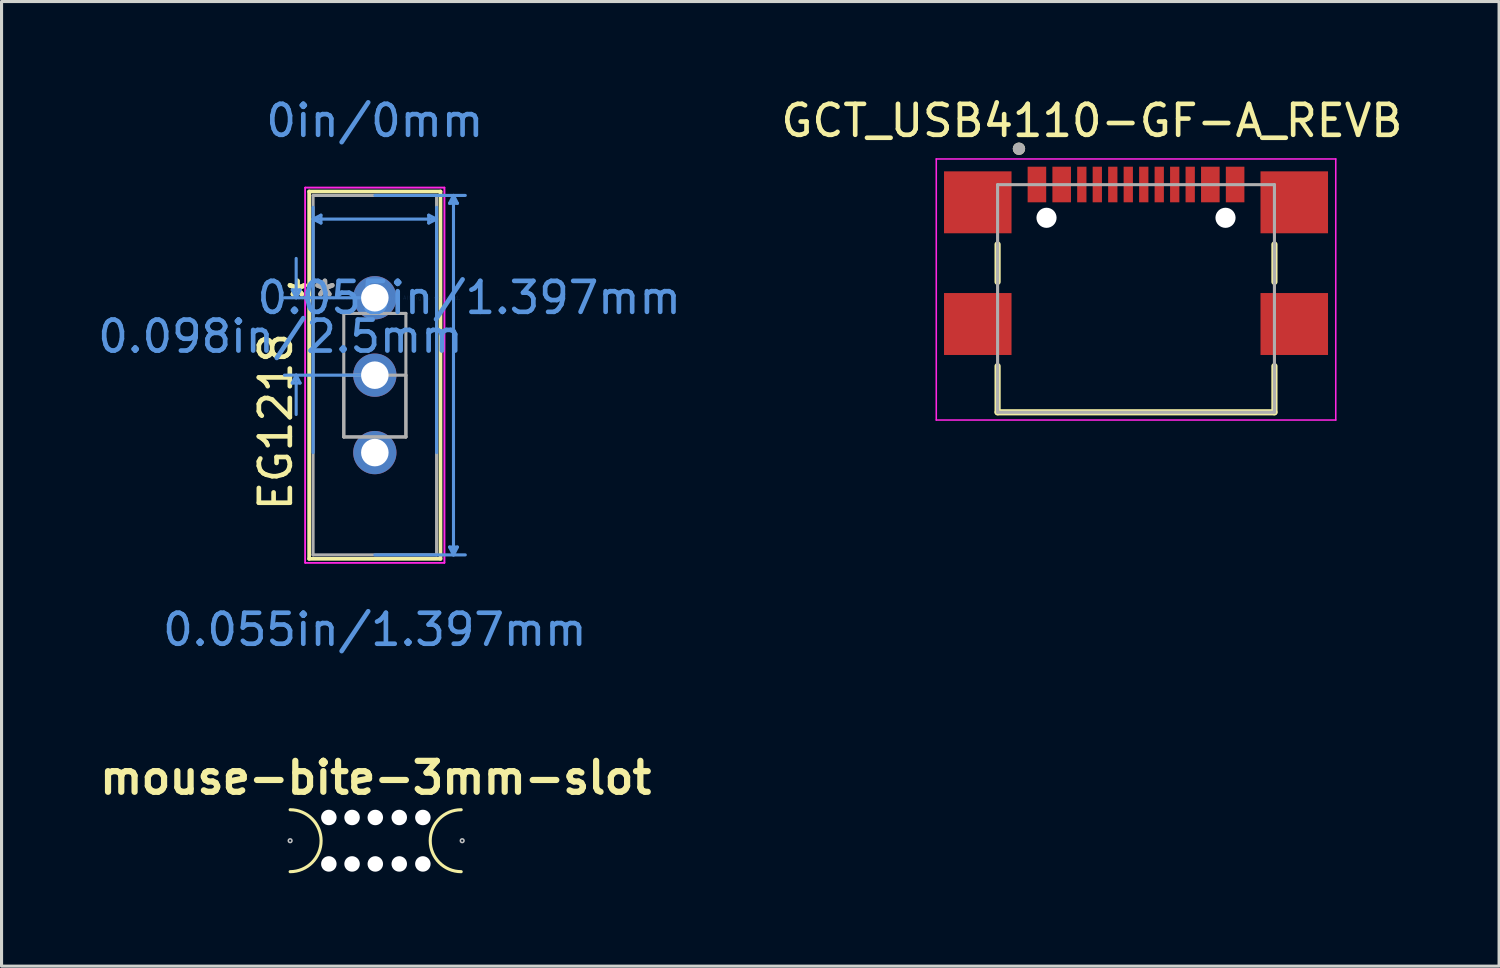
<source format=kicad_pcb>
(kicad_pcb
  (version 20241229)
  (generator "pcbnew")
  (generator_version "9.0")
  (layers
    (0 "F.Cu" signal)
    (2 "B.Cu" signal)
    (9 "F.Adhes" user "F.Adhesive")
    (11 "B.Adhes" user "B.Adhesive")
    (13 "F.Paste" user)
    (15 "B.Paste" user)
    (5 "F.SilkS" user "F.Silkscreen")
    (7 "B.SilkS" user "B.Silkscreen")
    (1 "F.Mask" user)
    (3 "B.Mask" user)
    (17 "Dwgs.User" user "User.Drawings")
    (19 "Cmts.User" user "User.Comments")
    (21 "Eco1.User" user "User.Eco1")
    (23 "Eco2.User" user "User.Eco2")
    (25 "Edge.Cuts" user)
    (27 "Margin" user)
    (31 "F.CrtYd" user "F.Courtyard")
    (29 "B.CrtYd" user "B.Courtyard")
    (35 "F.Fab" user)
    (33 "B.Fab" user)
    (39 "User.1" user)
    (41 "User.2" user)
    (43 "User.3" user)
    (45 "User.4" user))
  (footprint "mouse-bite-3mm-slot"
    (layer "F.Cu")
    (at 9.081 24.098)
    (property "Reference" "mouse-bite-3mm-slot" (at 0 -2.032 0) (layer "F.SilkS") (effects (font (size 1 1) (thickness 0.2))))
    (attr through_hole)
    (fp_arc (start -2.762 -1) (mid -1.762 0) (end -2.762 1) (stroke (width 0.1) (type solid)) (layer "F.SilkS"))
    (fp_arc (start 2.762 1) (mid 1.762 0) (end 2.762 -1) (stroke (width 0.1) (type solid)) (layer "F.SilkS"))
    (fp_circle (center -2.762 0) (end -2.762 -0.06) (stroke (width 0.05) (type solid)) (fill no) (layer "Dwgs.User"))
    (fp_circle (center 2.794 0) (end 2.854 0) (stroke (width 0.05) (type solid)) (fill no) (layer "Dwgs.User"))
    (fp_line (start -2.762 0) (end -2.762 0) (stroke (width 2) (type solid)) (layer "Eco1.User"))
    (fp_line (start 2.762 0) (end 2.762 0) (stroke (width 2) (type solid)) (layer "Eco1.User"))
    (pad "" np_thru_hole circle (at -1.512 -0.75) (size 0.5 0.5) (drill 0.5) (layers "*.Cu" "*.Mask"))
    (pad "" np_thru_hole circle (at -1.512 0.75) (size 0.5 0.5) (drill 0.5) (layers "*.Cu" "*.Mask"))
    (pad "" np_thru_hole circle (at -0.762 -0.75) (size 0.5 0.5) (drill 0.5) (layers "*.Cu" "*.Mask"))
    (pad "" np_thru_hole circle (at -0.762 0.75) (size 0.5 0.5) (drill 0.5) (layers "*.Cu" "*.Mask"))
    (pad "" np_thru_hole circle (at -0.012 -0.75) (size 0.5 0.5) (drill 0.5) (layers "*.Cu" "*.Mask"))
    (pad "" np_thru_hole circle (at -0.012 0.75) (size 0.5 0.5) (drill 0.5) (layers "*.Cu" "*.Mask"))
    (pad "" np_thru_hole circle (at 0.762 -0.75) (size 0.5 0.5) (drill 0.5) (layers "*.Cu" "*.Mask"))
    (pad "" np_thru_hole circle (at 0.762 0.75) (size 0.5 0.5) (drill 0.5) (layers "*.Cu" "*.Mask"))
    (pad "" np_thru_hole circle (at 1.524 -0.75) (size 0.5 0.5) (drill 0.5) (layers "*.Cu" "*.Mask"))
    (pad "" np_thru_hole circle (at 1.524 0.75) (size 0.5 0.5) (drill 0.5) (layers "*.Cu" "*.Mask")))
  (footprint "GCT_USB4110-GF-A_REVB"
    (layer "F.Cu")
    (at 33.634 3.983)
    (property "Reference" "GCT_USB4110-GF-A_REVB" (at -1.425 -3.135 0) (layer "F.SilkS") (effects (font (size 1 1) (thickness 0.15))))
    (attr smd)
    (fp_line (start -4.47 0.86) (end -4.47 2.07) (stroke (width 0.2) (type solid)) (layer "F.SilkS"))
    (fp_line (start -4.47 4.79) (end -4.47 6.28) (stroke (width 0.2) (type solid)) (layer "F.SilkS"))
    (fp_line (start -4.47 6.28) (end 4.47 6.28) (stroke (width 0.2) (type solid)) (layer "F.SilkS"))
    (fp_line (start 4.47 0.86) (end 4.47 2.07) (stroke (width 0.2) (type solid)) (layer "F.SilkS"))
    (fp_line (start 4.47 6.28) (end 4.47 4.79) (stroke (width 0.2) (type solid)) (layer "F.SilkS"))
    (fp_circle (center -3.78 -2.23) (end -3.68 -2.23) (stroke (width 0.2) (type solid)) (fill no) (layer "F.SilkS"))
    (fp_line (start -6.45 -1.9) (end 6.45 -1.9) (stroke (width 0.05) (type solid)) (layer "F.CrtYd"))
    (fp_line (start -6.45 6.53) (end -6.45 -1.9) (stroke (width 0.05) (type solid)) (layer "F.CrtYd"))
    (fp_line (start 6.45 -1.9) (end 6.45 6.53) (stroke (width 0.05) (type solid)) (layer "F.CrtYd"))
    (fp_line (start 6.45 6.53) (end -6.45 6.53) (stroke (width 0.05) (type solid)) (layer "F.CrtYd"))
    (fp_line (start -4.47 -1.07) (end -4.47 6.28) (stroke (width 0.1) (type solid)) (layer "F.Fab"))
    (fp_line (start -4.47 6.28) (end 4.47 6.28) (stroke (width 0.1) (type solid)) (layer "F.Fab"))
    (fp_line (start 4.47 -1.07) (end -4.47 -1.07) (stroke (width 0.1) (type solid)) (layer "F.Fab"))
    (fp_line (start 4.47 6.28) (end 4.47 -1.07) (stroke (width 0.1) (type solid)) (layer "F.Fab"))
    (fp_circle (center -3.78 -2.23) (end -3.68 -2.23) (stroke (width 0.2) (type solid)) (fill no) (layer "F.Fab"))
    (pad "" np_thru_hole circle (at -2.89 0) (size 0.65 0.65) (drill 0.65) (layers "*.Cu" "*.Mask"))
    (pad "" np_thru_hole circle (at 2.89 0) (size 0.65 0.65) (drill 0.65) (layers "*.Cu" "*.Mask"))
    (pad "A1/B12" smd rect (at -3.2 -1.075) (size 0.6 1.15) (layers "F.Cu" "F.Mask" "F.Paste"))
    (pad "A4/B9" smd rect (at -2.4 -1.075) (size 0.6 1.15) (layers "F.Cu" "F.Mask" "F.Paste"))
    (pad "A5" smd rect (at -1.25 -1.075) (size 0.3 1.15) (layers "F.Cu" "F.Mask" "F.Paste"))
    (pad "A6" smd rect (at -0.25 -1.075) (size 0.3 1.15) (layers "F.Cu" "F.Mask" "F.Paste"))
    (pad "A7" smd rect (at 0.25 -1.075) (size 0.3 1.15) (layers "F.Cu" "F.Mask" "F.Paste"))
    (pad "A8" smd rect (at 1.25 -1.075) (size 0.3 1.15) (layers "F.Cu" "F.Mask" "F.Paste"))
    (pad "B1/A12" smd rect (at 3.2 -1.075) (size 0.6 1.15) (layers "F.Cu" "F.Mask" "F.Paste"))
    (pad "B4/A9" smd rect (at 2.4 -1.075) (size 0.6 1.15) (layers "F.Cu" "F.Mask" "F.Paste"))
    (pad "B5" smd rect (at 1.75 -1.075) (size 0.3 1.15) (layers "F.Cu" "F.Mask" "F.Paste"))
    (pad "B6" smd rect (at 0.75 -1.075) (size 0.3 1.15) (layers "F.Cu" "F.Mask" "F.Paste"))
    (pad "B7" smd rect (at -0.75 -1.075) (size 0.3 1.15) (layers "F.Cu" "F.Mask" "F.Paste"))
    (pad "B8" smd rect (at -1.75 -1.075) (size 0.3 1.15) (layers "F.Cu" "F.Mask" "F.Paste"))
    (pad "S1" smd rect (at -5.11 -0.5) (size 2.18 2) (layers "F.Cu" "F.Mask" "F.Paste"))
    (pad "S2" smd rect (at 5.11 -0.5) (size 2.18 2) (layers "F.Cu" "F.Mask" "F.Paste"))
    (pad "S3" smd rect (at -5.11 3.43) (size 2.18 2) (layers "F.Cu" "F.Mask" "F.Paste"))
    (pad "S4" smd rect (at 5.11 3.43) (size 2.18 2) (layers "F.Cu" "F.Mask" "F.Paste")))
  (footprint "EG1218"
    (layer "F.Cu")
    (at 9.054 6.565)
    (property "Reference" "EG1218" (at -3.2 4 90) (layer "F.SilkS") (effects (font (size 1 1) (thickness 0.15))))
    (attr through_hole)
    (fp_line (start -2.121 -3.431) (end -2.121 8.431) (stroke (width 0.12) (type solid)) (layer "F.SilkS"))
    (fp_line (start -2.121 8.431) (end 2.121 8.431) (stroke (width 0.12) (type solid)) (layer "F.SilkS"))
    (fp_line (start 2.121 -3.431) (end -2.121 -3.431) (stroke (width 0.12) (type solid)) (layer "F.SilkS"))
    (fp_line (start 2.121 8.431) (end 2.121 -3.431) (stroke (width 0.12) (type solid)) (layer "F.SilkS"))
    (fp_line (start -2.667 -0.254) (end -2.413 -0.254) (stroke (width 0.1) (type solid)) (layer "Cmts.User"))
    (fp_line (start -2.667 2.754) (end -2.413 2.754) (stroke (width 0.1) (type solid)) (layer "Cmts.User"))
    (fp_line (start -2.54 0) (end -2.667 -0.254) (stroke (width 0.1) (type solid)) (layer "Cmts.User"))
    (fp_line (start -2.54 0) (end -2.54 -1.27) (stroke (width 0.1) (type solid)) (layer "Cmts.User"))
    (fp_line (start -2.54 0) (end -2.413 -0.254) (stroke (width 0.1) (type solid)) (layer "Cmts.User"))
    (fp_line (start -2.54 2.5) (end -2.667 2.754) (stroke (width 0.1) (type solid)) (layer "Cmts.User"))
    (fp_line (start -2.54 2.5) (end -2.54 3.77) (stroke (width 0.1) (type solid)) (layer "Cmts.User"))
    (fp_line (start -2.54 2.5) (end -2.413 2.754) (stroke (width 0.1) (type solid)) (layer "Cmts.User"))
    (fp_line (start -1.994 -2.54) (end -1.74 -2.667) (stroke (width 0.1) (type solid)) (layer "Cmts.User"))
    (fp_line (start -1.994 -2.54) (end -1.74 -2.413) (stroke (width 0.1) (type solid)) (layer "Cmts.User"))
    (fp_line (start -1.994 -2.54) (end 1.994 -2.54) (stroke (width 0.1) (type solid)) (layer "Cmts.User"))
    (fp_line (start -1.994 5) (end -1.994 -2.921) (stroke (width 0.1) (type solid)) (layer "Cmts.User"))
    (fp_line (start -1.74 -2.667) (end -1.74 -2.413) (stroke (width 0.1) (type solid)) (layer "Cmts.User"))
    (fp_line (start 0 -3.304) (end 2.921 -3.304) (stroke (width 0.1) (type solid)) (layer "Cmts.User"))
    (fp_line (start 0 0) (end -2.921 0) (stroke (width 0.1) (type solid)) (layer "Cmts.User"))
    (fp_line (start 0 2.5) (end -2.921 2.5) (stroke (width 0.1) (type solid)) (layer "Cmts.User"))
    (fp_line (start 0 8.304) (end 2.921 8.304) (stroke (width 0.1) (type solid)) (layer "Cmts.User"))
    (fp_line (start 1.74 -2.667) (end 1.74 -2.413) (stroke (width 0.1) (type solid)) (layer "Cmts.User"))
    (fp_line (start 1.994 -2.54) (end 1.74 -2.667) (stroke (width 0.1) (type solid)) (layer "Cmts.User"))
    (fp_line (start 1.994 -2.54) (end 1.74 -2.413) (stroke (width 0.1) (type solid)) (layer "Cmts.User"))
    (fp_line (start 1.994 5) (end 1.994 -2.921) (stroke (width 0.1) (type solid)) (layer "Cmts.User"))
    (fp_line (start 2.413 -3.05) (end 2.667 -3.05) (stroke (width 0.1) (type solid)) (layer "Cmts.User"))
    (fp_line (start 2.413 8.05) (end 2.667 8.05) (stroke (width 0.1) (type solid)) (layer "Cmts.User"))
    (fp_line (start 2.54 -3.304) (end 2.413 -3.05) (stroke (width 0.1) (type solid)) (layer "Cmts.User"))
    (fp_line (start 2.54 -3.304) (end 2.54 8.304) (stroke (width 0.1) (type solid)) (layer "Cmts.User"))
    (fp_line (start 2.54 -3.304) (end 2.667 -3.05) (stroke (width 0.1) (type solid)) (layer "Cmts.User"))
    (fp_line (start 2.54 8.304) (end 2.413 8.05) (stroke (width 0.1) (type solid)) (layer "Cmts.User"))
    (fp_line (start 2.54 8.304) (end 2.667 8.05) (stroke (width 0.1) (type solid)) (layer "Cmts.User"))
    (fp_line (start -2.248 -3.558) (end -2.248 8.558) (stroke (width 0.05) (type solid)) (layer "F.CrtYd"))
    (fp_line (start -2.248 -3.558) (end 2.248 -3.558) (stroke (width 0.05) (type solid)) (layer "F.CrtYd"))
    (fp_line (start -2.248 8.558) (end -2.248 -3.558) (stroke (width 0.05) (type solid)) (layer "F.CrtYd"))
    (fp_line (start -2.248 8.558) (end 2.248 8.558) (stroke (width 0.05) (type solid)) (layer "F.CrtYd"))
    (fp_line (start 2.248 -3.558) (end -2.248 -3.558) (stroke (width 0.05) (type solid)) (layer "F.CrtYd"))
    (fp_line (start 2.248 -3.558) (end 2.248 8.558) (stroke (width 0.05) (type solid)) (layer "F.CrtYd"))
    (fp_line (start 2.248 8.558) (end -2.248 8.558) (stroke (width 0.05) (type solid)) (layer "F.CrtYd"))
    (fp_line (start 2.248 8.558) (end 2.248 -3.558) (stroke (width 0.05) (type solid)) (layer "F.CrtYd"))
    (fp_line (start -1.994 -3.304) (end -1.994 8.304) (stroke (width 0.1) (type solid)) (layer "F.Fab"))
    (fp_line (start -1.994 8.304) (end 1.994 8.304) (stroke (width 0.1) (type solid)) (layer "F.Fab"))
    (fp_line (start -1.003 0.506) (end 1.003 0.506) (stroke (width 0.1) (type solid)) (layer "F.Fab"))
    (fp_line (start -1.003 2.5) (end 1.003 2.5) (stroke (width 0.1) (type solid)) (layer "F.Fab"))
    (fp_line (start -1.003 4.494) (end -1.003 0.506) (stroke (width 0.1) (type solid)) (layer "F.Fab"))
    (fp_line (start -1.003 4.494) (end -1.003 2.5) (stroke (width 0.1) (type solid)) (layer "F.Fab"))
    (fp_line (start 1.003 0.506) (end 1.003 4.494) (stroke (width 0.1) (type solid)) (layer "F.Fab"))
    (fp_line (start 1.003 2.5) (end 1.003 4.494) (stroke (width 0.1) (type solid)) (layer "F.Fab"))
    (fp_line (start 1.003 4.494) (end -1.003 4.494) (stroke (width 0.1) (type solid)) (layer "F.Fab"))
    (fp_line (start 1.003 4.494) (end -1.003 4.494) (stroke (width 0.1) (type solid)) (layer "F.Fab"))
    (fp_line (start 1.994 -3.304) (end -1.994 -3.304) (stroke (width 0.1) (type solid)) (layer "F.Fab"))
    (fp_line (start 1.994 8.304) (end 1.994 -3.304) (stroke (width 0.1) (type solid)) (layer "F.Fab"))
    (fp_text user "*" (at -2.502 0 0) (layer "F.SilkS") (effects (font (size 1 1) (thickness 0.15))))
    (fp_text user "*" (at -2.502 0 0) (layer "F.SilkS") (effects (font (size 1 1) (thickness 0.15))))
    (fp_text user "0in/0mm" (at 0 -5.717 0) (layer "Cmts.User") (effects (font (size 1 1) (thickness 0.15))))
    (fp_text user "Copyright 2021 Accelerated Designs. All rights reserved." (at 0 0 0) (layer "Cmts.User") (effects (font (size 0.127 0.127) (thickness 0.002))))
    (fp_text user "0.098in/2.5mm" (at -3.048 1.25 0) (layer "Cmts.User") (effects (font (size 1 1) (thickness 0.15))))
    (fp_text user "0.055in/1.397mm" (at 3.048 0 0) (layer "Cmts.User") (effects (font (size 1 1) (thickness 0.15))))
    (fp_text user "0.055in/1.397mm" (at 0 10.717 0) (layer "Cmts.User") (effects (font (size 1 1) (thickness 0.15))))
    (fp_text user "*" (at -1.613 0 0) (layer "F.Fab") (effects (font (size 1 1) (thickness 0.15))))
    (fp_text user "*" (at -1.613 0 0) (layer "F.Fab") (effects (font (size 1 1) (thickness 0.15))))
    (pad "1" thru_hole circle (at 0 0) (size 1.397 1.397) (drill 0.889) (layers "*.Cu" "*.Mask"))
    (pad "2" thru_hole circle (at 0 2.5) (size 1.397 1.397) (drill 0.889) (layers "*.Cu" "*.Mask"))
    (pad "3" thru_hole circle (at 0 5) (size 1.397 1.397) (drill 0.889) (layers "*.Cu" "*.Mask")))
  (gr_rect
    (start -3 -3)
    (end 45.358 28.148)
    (stroke (width 0.1) (type default))
    (fill no)
    (layer "Edge.Cuts")))
</source>
